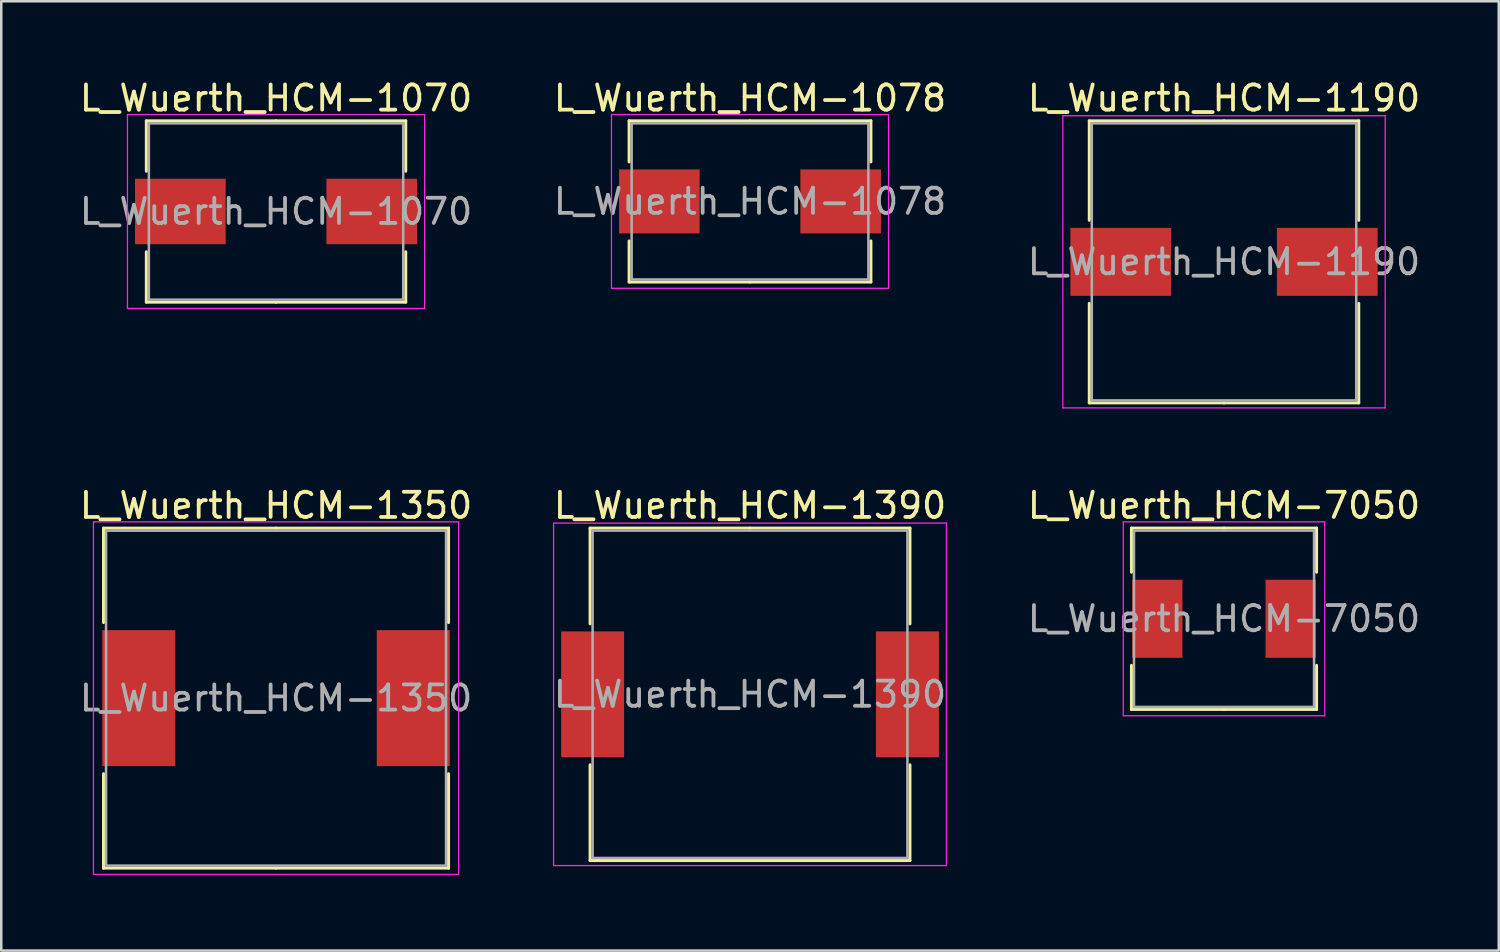
<source format=kicad_pcb>
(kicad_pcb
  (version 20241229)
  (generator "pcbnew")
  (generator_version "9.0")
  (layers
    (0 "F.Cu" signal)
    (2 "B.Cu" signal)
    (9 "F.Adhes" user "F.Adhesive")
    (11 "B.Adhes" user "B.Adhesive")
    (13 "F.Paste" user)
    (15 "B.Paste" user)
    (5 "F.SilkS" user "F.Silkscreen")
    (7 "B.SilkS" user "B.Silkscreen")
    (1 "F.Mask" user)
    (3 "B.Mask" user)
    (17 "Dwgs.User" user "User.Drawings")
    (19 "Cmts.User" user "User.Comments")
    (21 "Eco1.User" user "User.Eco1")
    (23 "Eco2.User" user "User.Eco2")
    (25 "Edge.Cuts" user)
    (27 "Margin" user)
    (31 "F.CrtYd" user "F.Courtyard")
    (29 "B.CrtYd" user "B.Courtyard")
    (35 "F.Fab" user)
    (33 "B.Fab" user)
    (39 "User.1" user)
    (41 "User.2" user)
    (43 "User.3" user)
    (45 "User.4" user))
  (footprint "L_Wuerth_HCM-7050"
    (layer "F.Cu")
    (at 45.554 21.521)
    (property "Reference" "L_Wuerth_HCM-7050" (at 0 -4.5 0) (layer "F.SilkS") (effects (font (size 1 1) (thickness 0.15))))
    (attr smd)
    (fp_line (start -3.675 -3.6) (end 0 -3.6) (stroke (width 0.12) (type solid)) (layer "F.SilkS"))
    (fp_line (start -3.675 -1.85) (end -3.675 -3.6) (stroke (width 0.12) (type solid)) (layer "F.SilkS"))
    (fp_line (start -3.675 1.85) (end -3.675 3.6) (stroke (width 0.12) (type solid)) (layer "F.SilkS"))
    (fp_line (start -3.675 3.6) (end 0 3.6) (stroke (width 0.12) (type solid)) (layer "F.SilkS"))
    (fp_line (start 3.675 -3.6) (end 0 -3.6) (stroke (width 0.12) (type solid)) (layer "F.SilkS"))
    (fp_line (start 3.675 -1.85) (end 3.675 -3.6) (stroke (width 0.12) (type solid)) (layer "F.SilkS"))
    (fp_line (start 3.675 1.85) (end 3.675 3.6) (stroke (width 0.12) (type solid)) (layer "F.SilkS"))
    (fp_line (start 3.675 3.6) (end 0 3.6) (stroke (width 0.12) (type solid)) (layer "F.SilkS"))
    (fp_line (start -4 -3.85) (end -4 3.85) (stroke (width 0.05) (type solid)) (layer "F.CrtYd"))
    (fp_line (start -4 3.85) (end 4 3.85) (stroke (width 0.05) (type solid)) (layer "F.CrtYd"))
    (fp_line (start 4 -3.85) (end -4 -3.85) (stroke (width 0.05) (type solid)) (layer "F.CrtYd"))
    (fp_line (start 4 3.85) (end 4 -3.85) (stroke (width 0.05) (type solid)) (layer "F.CrtYd"))
    (fp_line (start -3.575 -3.5) (end -3.575 3.5) (stroke (width 0.1) (type solid)) (layer "F.Fab"))
    (fp_line (start -3.575 3.5) (end 3.575 3.5) (stroke (width 0.1) (type solid)) (layer "F.Fab"))
    (fp_line (start 3.575 -3.5) (end -3.575 -3.5) (stroke (width 0.1) (type solid)) (layer "F.Fab"))
    (fp_line (start 3.575 3.5) (end 3.575 -3.5) (stroke (width 0.1) (type solid)) (layer "F.Fab"))
    (fp_text user "${REFERENCE}" (at 0 0 0) (layer "F.Fab") (effects (font (size 1 1) (thickness 0.15))))
    (pad "1" smd rect (at -2.65 0) (size 2 3.1) (layers "F.Cu" "F.Mask" "F.Paste"))
    (pad "2" smd rect (at 2.65 0) (size 2 3.1) (layers "F.Cu" "F.Mask" "F.Paste")))
  (footprint "L_Wuerth_HCM-1350"
    (layer "F.Cu")
    (at 7.911 24.672)
    (property "Reference" "L_Wuerth_HCM-1350" (at 0 -7.65 0) (layer "F.SilkS") (effects (font (size 1 1) (thickness 0.15))))
    (attr smd)
    (fp_line (start -6.85 -6.75) (end 0 -6.75) (stroke (width 0.12) (type solid)) (layer "F.SilkS"))
    (fp_line (start -6.85 -3) (end -6.85 -6.75) (stroke (width 0.12) (type solid)) (layer "F.SilkS"))
    (fp_line (start -6.85 3) (end -6.85 6.75) (stroke (width 0.12) (type solid)) (layer "F.SilkS"))
    (fp_line (start -6.85 6.75) (end 0 6.75) (stroke (width 0.12) (type solid)) (layer "F.SilkS"))
    (fp_line (start 6.85 -6.75) (end 0 -6.75) (stroke (width 0.12) (type solid)) (layer "F.SilkS"))
    (fp_line (start 6.85 -3) (end 6.85 -6.75) (stroke (width 0.12) (type solid)) (layer "F.SilkS"))
    (fp_line (start 6.85 3) (end 6.85 6.75) (stroke (width 0.12) (type solid)) (layer "F.SilkS"))
    (fp_line (start 6.85 6.75) (end 0 6.75) (stroke (width 0.12) (type solid)) (layer "F.SilkS"))
    (fp_line (start -7.25 -7) (end -7.25 7) (stroke (width 0.05) (type solid)) (layer "F.CrtYd"))
    (fp_line (start -7.25 7) (end 7.25 7) (stroke (width 0.05) (type solid)) (layer "F.CrtYd"))
    (fp_line (start 7.25 -7) (end -7.25 -7) (stroke (width 0.05) (type solid)) (layer "F.CrtYd"))
    (fp_line (start 7.25 7) (end 7.25 -7) (stroke (width 0.05) (type solid)) (layer "F.CrtYd"))
    (fp_line (start -6.75 -6.65) (end -6.75 6.65) (stroke (width 0.1) (type solid)) (layer "F.Fab"))
    (fp_line (start -6.75 6.65) (end 6.75 6.65) (stroke (width 0.1) (type solid)) (layer "F.Fab"))
    (fp_line (start 6.75 -6.65) (end -6.75 -6.65) (stroke (width 0.1) (type solid)) (layer "F.Fab"))
    (fp_line (start 6.75 6.65) (end 6.75 -6.65) (stroke (width 0.1) (type solid)) (layer "F.Fab"))
    (fp_text user "${REFERENCE}" (at 0 0 0) (layer "F.Fab") (effects (font (size 1 1) (thickness 0.15))))
    (pad "1" smd rect (at -5.45 0) (size 2.9 5.4) (layers "F.Cu" "F.Mask" "F.Paste"))
    (pad "2" smd rect (at 5.45 0) (size 2.9 5.4) (layers "F.Cu" "F.Mask" "F.Paste")))
  (footprint "L_Wuerth_HCM-1390"
    (layer "F.Cu")
    (at 26.732 24.521)
    (property "Reference" "L_Wuerth_HCM-1390" (at 0 -7.5 0) (layer "F.SilkS") (effects (font (size 1 1) (thickness 0.15))))
    (attr smd)
    (fp_line (start -6.35 -6.6) (end 0 -6.6) (stroke (width 0.12) (type solid)) (layer "F.SilkS"))
    (fp_line (start -6.35 -2.8) (end -6.35 -6.6) (stroke (width 0.12) (type solid)) (layer "F.SilkS"))
    (fp_line (start -6.35 2.8) (end -6.35 6.6) (stroke (width 0.12) (type solid)) (layer "F.SilkS"))
    (fp_line (start -6.35 6.6) (end 0 6.6) (stroke (width 0.12) (type solid)) (layer "F.SilkS"))
    (fp_line (start 6.35 -6.6) (end 0 -6.6) (stroke (width 0.12) (type solid)) (layer "F.SilkS"))
    (fp_line (start 6.35 -2.8) (end 6.35 -6.6) (stroke (width 0.12) (type solid)) (layer "F.SilkS"))
    (fp_line (start 6.35 2.8) (end 6.35 6.6) (stroke (width 0.12) (type solid)) (layer "F.SilkS"))
    (fp_line (start 6.35 6.6) (end 0 6.6) (stroke (width 0.12) (type solid)) (layer "F.SilkS"))
    (fp_line (start -7.8 -6.8) (end -7.8 6.8) (stroke (width 0.05) (type solid)) (layer "F.CrtYd"))
    (fp_line (start -7.8 6.8) (end 7.8 6.8) (stroke (width 0.05) (type solid)) (layer "F.CrtYd"))
    (fp_line (start 7.8 -6.8) (end -7.8 -6.8) (stroke (width 0.05) (type solid)) (layer "F.CrtYd"))
    (fp_line (start 7.8 6.8) (end 7.8 -6.8) (stroke (width 0.05) (type solid)) (layer "F.CrtYd"))
    (fp_line (start -6.25 -6.5) (end -6.25 6.5) (stroke (width 0.1) (type solid)) (layer "F.Fab"))
    (fp_line (start -6.25 6.5) (end 6.25 6.5) (stroke (width 0.1) (type solid)) (layer "F.Fab"))
    (fp_line (start 6.25 -6.5) (end -6.25 -6.5) (stroke (width 0.1) (type solid)) (layer "F.Fab"))
    (fp_line (start 6.25 6.5) (end 6.25 -6.5) (stroke (width 0.1) (type solid)) (layer "F.Fab"))
    (fp_text user "${REFERENCE}" (at 0 0 0) (layer "F.Fab") (effects (font (size 1 1) (thickness 0.15))))
    (pad "1" smd rect (at -6.25 0) (size 2.5 5) (layers "F.Cu" "F.Mask" "F.Paste"))
    (pad "2" smd rect (at 6.25 0) (size 2.5 5) (layers "F.Cu" "F.Mask" "F.Paste")))
  (footprint "L_Wuerth_HCM-1190"
    (layer "F.Cu")
    (at 45.554 7.348)
    (property "Reference" "L_Wuerth_HCM-1190" (at 0 -6.5 0) (layer "F.SilkS") (effects (font (size 1 1) (thickness 0.15))))
    (attr smd)
    (fp_line (start -5.35 -5.6) (end 0 -5.6) (stroke (width 0.12) (type solid)) (layer "F.SilkS"))
    (fp_line (start -5.35 -1.65) (end -5.35 -5.6) (stroke (width 0.12) (type solid)) (layer "F.SilkS"))
    (fp_line (start -5.35 1.65) (end -5.35 5.6) (stroke (width 0.12) (type solid)) (layer "F.SilkS"))
    (fp_line (start -5.35 5.6) (end 0 5.6) (stroke (width 0.12) (type solid)) (layer "F.SilkS"))
    (fp_line (start 5.35 -5.6) (end 0 -5.6) (stroke (width 0.12) (type solid)) (layer "F.SilkS"))
    (fp_line (start 5.35 -1.65) (end 5.35 -5.6) (stroke (width 0.12) (type solid)) (layer "F.SilkS"))
    (fp_line (start 5.35 1.65) (end 5.35 5.6) (stroke (width 0.12) (type solid)) (layer "F.SilkS"))
    (fp_line (start 5.35 5.6) (end 0 5.6) (stroke (width 0.12) (type solid)) (layer "F.SilkS"))
    (fp_line (start -6.4 -5.8) (end -6.4 5.8) (stroke (width 0.05) (type solid)) (layer "F.CrtYd"))
    (fp_line (start -6.4 5.8) (end 6.4 5.8) (stroke (width 0.05) (type solid)) (layer "F.CrtYd"))
    (fp_line (start 6.4 -5.8) (end -6.4 -5.8) (stroke (width 0.05) (type solid)) (layer "F.CrtYd"))
    (fp_line (start 6.4 5.8) (end 6.4 -5.8) (stroke (width 0.05) (type solid)) (layer "F.CrtYd"))
    (fp_line (start -5.25 -5.5) (end -5.25 5.5) (stroke (width 0.1) (type solid)) (layer "F.Fab"))
    (fp_line (start -5.25 5.5) (end 5.25 5.5) (stroke (width 0.1) (type solid)) (layer "F.Fab"))
    (fp_line (start 5.25 -5.5) (end -5.25 -5.5) (stroke (width 0.1) (type solid)) (layer "F.Fab"))
    (fp_line (start 5.25 5.5) (end 5.25 -5.5) (stroke (width 0.1) (type solid)) (layer "F.Fab"))
    (fp_text user "${REFERENCE}" (at 0 0 0) (layer "F.Fab") (effects (font (size 1 1) (thickness 0.15))))
    (pad "1" smd rect (at -4.1 0) (size 4 2.7) (layers "F.Cu" "F.Mask" "F.Paste"))
    (pad "2" smd rect (at 4.1 0) (size 4 2.7) (layers "F.Cu" "F.Mask" "F.Paste")))
  (footprint "L_Wuerth_HCM-1078"
    (layer "F.Cu")
    (at 26.732 4.948)
    (property "Reference" "L_Wuerth_HCM-1078" (at 0 -4.1 0) (layer "F.SilkS") (effects (font (size 1 1) (thickness 0.15))))
    (attr smd)
    (fp_line (start -4.8 -3.2) (end 0 -3.2) (stroke (width 0.12) (type solid)) (layer "F.SilkS"))
    (fp_line (start -4.8 -1.57) (end -4.8 -3.2) (stroke (width 0.12) (type solid)) (layer "F.SilkS"))
    (fp_line (start -4.8 1.57) (end -4.8 3.2) (stroke (width 0.12) (type solid)) (layer "F.SilkS"))
    (fp_line (start -4.8 3.2) (end 0 3.2) (stroke (width 0.12) (type solid)) (layer "F.SilkS"))
    (fp_line (start 4.8 -3.2) (end 0 -3.2) (stroke (width 0.12) (type solid)) (layer "F.SilkS"))
    (fp_line (start 4.8 -1.57) (end 4.8 -3.2) (stroke (width 0.12) (type solid)) (layer "F.SilkS"))
    (fp_line (start 4.8 1.57) (end 4.8 3.2) (stroke (width 0.12) (type solid)) (layer "F.SilkS"))
    (fp_line (start 4.8 3.2) (end 0 3.2) (stroke (width 0.12) (type solid)) (layer "F.SilkS"))
    (fp_line (start -5.5 -3.45) (end -5.5 3.45) (stroke (width 0.05) (type solid)) (layer "F.CrtYd"))
    (fp_line (start -5.5 3.45) (end 5.5 3.45) (stroke (width 0.05) (type solid)) (layer "F.CrtYd"))
    (fp_line (start 5.5 -3.45) (end -5.5 -3.45) (stroke (width 0.05) (type solid)) (layer "F.CrtYd"))
    (fp_line (start 5.5 3.45) (end 5.5 -3.45) (stroke (width 0.05) (type solid)) (layer "F.CrtYd"))
    (fp_line (start -4.7 -3.1) (end -4.7 3.1) (stroke (width 0.1) (type solid)) (layer "F.Fab"))
    (fp_line (start -4.7 3.1) (end 4.7 3.1) (stroke (width 0.1) (type solid)) (layer "F.Fab"))
    (fp_line (start 4.7 -3.1) (end -4.7 -3.1) (stroke (width 0.1) (type solid)) (layer "F.Fab"))
    (fp_line (start 4.7 3.1) (end 4.7 -3.1) (stroke (width 0.1) (type solid)) (layer "F.Fab"))
    (fp_text user "${REFERENCE}" (at 0 0 0) (layer "F.Fab") (effects (font (size 1 1) (thickness 0.15))))
    (pad "1" smd rect (at -3.6 0) (size 3.2 2.54) (layers "F.Cu" "F.Mask" "F.Paste"))
    (pad "2" smd rect (at 3.6 0) (size 3.2 2.54) (layers "F.Cu" "F.Mask" "F.Paste")))
  (footprint "L_Wuerth_HCM-1070"
    (layer "F.Cu")
    (at 7.911 5.348)
    (property "Reference" "L_Wuerth_HCM-1070" (at 0 -4.5 0) (layer "F.SilkS") (effects (font (size 1 1) (thickness 0.15))))
    (attr smd)
    (fp_line (start -5.15 -3.6) (end 0 -3.6) (stroke (width 0.12) (type solid)) (layer "F.SilkS"))
    (fp_line (start -5.15 -1.6) (end -5.15 -3.6) (stroke (width 0.12) (type solid)) (layer "F.SilkS"))
    (fp_line (start -5.15 1.6) (end -5.15 3.6) (stroke (width 0.12) (type solid)) (layer "F.SilkS"))
    (fp_line (start -5.15 3.6) (end 0 3.6) (stroke (width 0.12) (type solid)) (layer "F.SilkS"))
    (fp_line (start 5.15 -3.6) (end 0 -3.6) (stroke (width 0.12) (type solid)) (layer "F.SilkS"))
    (fp_line (start 5.15 -1.6) (end 5.15 -3.6) (stroke (width 0.12) (type solid)) (layer "F.SilkS"))
    (fp_line (start 5.15 1.6) (end 5.15 3.6) (stroke (width 0.12) (type solid)) (layer "F.SilkS"))
    (fp_line (start 5.15 3.6) (end 0 3.6) (stroke (width 0.12) (type solid)) (layer "F.SilkS"))
    (fp_line (start -5.9 -3.85) (end -5.9 3.85) (stroke (width 0.05) (type solid)) (layer "F.CrtYd"))
    (fp_line (start -5.9 3.85) (end 5.9 3.85) (stroke (width 0.05) (type solid)) (layer "F.CrtYd"))
    (fp_line (start 5.9 -3.85) (end -5.9 -3.85) (stroke (width 0.05) (type solid)) (layer "F.CrtYd"))
    (fp_line (start 5.9 3.85) (end 5.9 -3.85) (stroke (width 0.05) (type solid)) (layer "F.CrtYd"))
    (fp_line (start -5.05 -3.5) (end -5.05 3.5) (stroke (width 0.1) (type solid)) (layer "F.Fab"))
    (fp_line (start -5.05 3.5) (end 5.05 3.5) (stroke (width 0.1) (type solid)) (layer "F.Fab"))
    (fp_line (start 5.05 -3.5) (end -5.05 -3.5) (stroke (width 0.1) (type solid)) (layer "F.Fab"))
    (fp_line (start 5.05 3.5) (end 5.05 -3.5) (stroke (width 0.1) (type solid)) (layer "F.Fab"))
    (fp_text user "${REFERENCE}" (at 0 0 0) (layer "F.Fab") (effects (font (size 1 1) (thickness 0.15))))
    (pad "1" smd rect (at -3.8 0) (size 3.6 2.6) (layers "F.Cu" "F.Mask" "F.Paste"))
    (pad "2" smd rect (at 3.8 0) (size 3.6 2.6) (layers "F.Cu" "F.Mask" "F.Paste")))
  (gr_rect
    (start -3 -3)
    (end 56.464 34.697)
    (stroke (width 0.1) (type default))
    (fill no)
    (layer "Edge.Cuts")))
</source>
